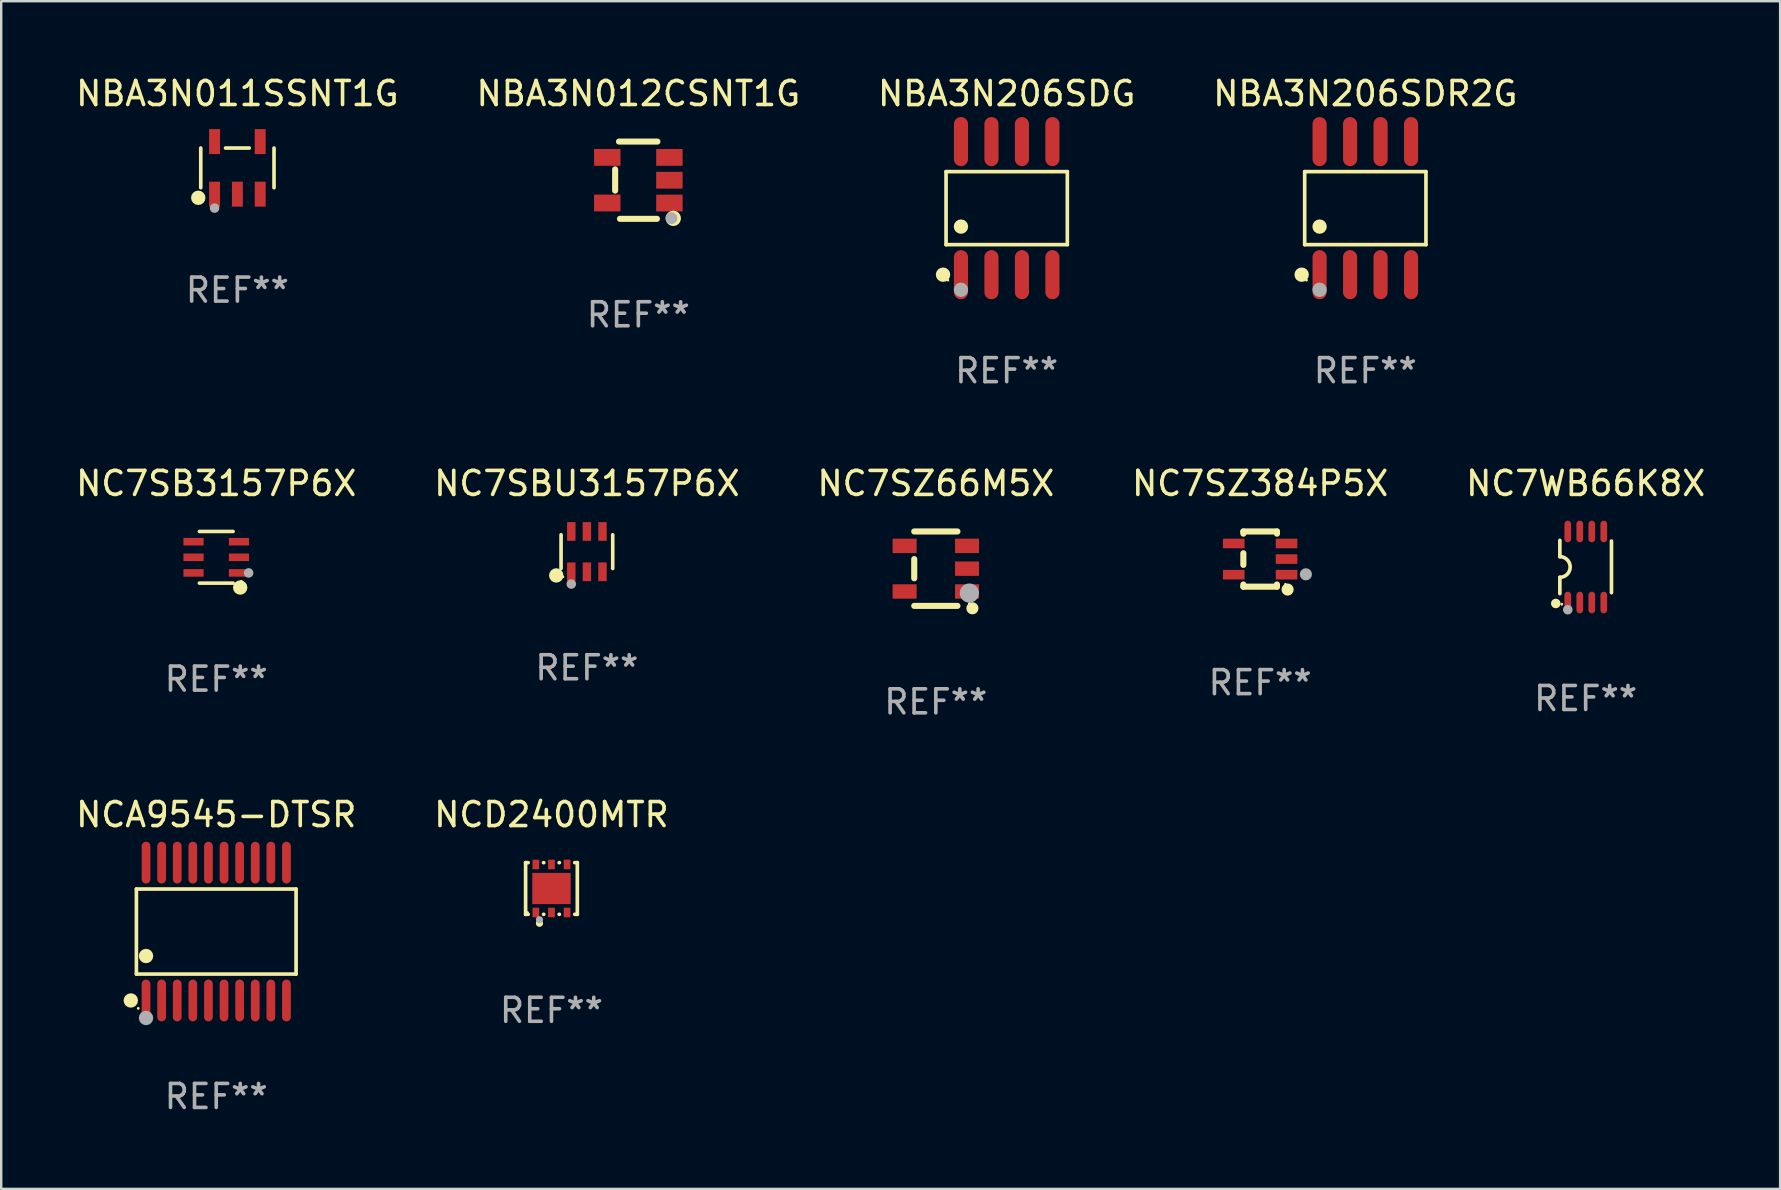
<source format=kicad_pcb>
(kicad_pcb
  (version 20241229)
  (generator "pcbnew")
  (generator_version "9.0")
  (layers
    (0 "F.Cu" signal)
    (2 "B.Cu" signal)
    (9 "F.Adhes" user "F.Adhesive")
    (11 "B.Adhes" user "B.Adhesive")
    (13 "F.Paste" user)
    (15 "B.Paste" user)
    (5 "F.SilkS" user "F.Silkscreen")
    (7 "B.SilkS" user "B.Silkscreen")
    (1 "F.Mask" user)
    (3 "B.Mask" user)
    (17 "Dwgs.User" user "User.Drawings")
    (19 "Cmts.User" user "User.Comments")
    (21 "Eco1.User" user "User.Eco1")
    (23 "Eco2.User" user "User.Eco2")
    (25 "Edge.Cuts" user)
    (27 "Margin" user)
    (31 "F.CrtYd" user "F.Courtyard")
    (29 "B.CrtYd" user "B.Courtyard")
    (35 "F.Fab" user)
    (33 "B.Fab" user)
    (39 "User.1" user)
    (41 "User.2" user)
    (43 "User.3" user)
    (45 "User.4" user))
  (footprint "NC7SBU3157P6X"
    (layer "F.Cu")
    (at 21.399 19.93)
    (property "Reference" "NC7SBU3157P6X" (at 0 -2.84 0) (layer "F.SilkS") (effects (font (size 1 1) (thickness 0.15))))
    (attr through_hole)
    (fp_line (start -1.076 0.701) (end -1.076 -0.701) (stroke (width 0.152) (type solid)) (layer "F.SilkS"))
    (fp_line (start 1.076 0.701) (end 1.076 -0.701) (stroke (width 0.152) (type solid)) (layer "F.SilkS"))
    (fp_circle (center -1.277 0.992) (end -1.127 0.992) (stroke (width 0.3) (type solid)) (fill no) (layer "F.SilkS"))
    (fp_circle (center -1 1.05) (end -0.97 1.05) (stroke (width 0.06) (type solid)) (fill no) (layer "F.SilkS"))
    (fp_circle (center -0.65 1.35) (end -0.55 1.35) (stroke (width 0.2) (type solid)) (fill no) (layer "F.Fab"))
    (fp_text user "REF**" (at 0 4.84 0) (layer "F.Fab") (effects (font (size 1 1) (thickness 0.15))))
    (pad "1" smd rect (at -0.65 0.84) (size 0.35 0.78) (layers "F.Cu" "F.Mask" "F.Paste"))
    (pad "2" smd rect (at 0 0.84) (size 0.35 0.78) (layers "F.Cu" "F.Mask" "F.Paste"))
    (pad "3" smd rect (at 0.65 0.84) (size 0.35 0.78) (layers "F.Cu" "F.Mask" "F.Paste"))
    (pad "4" smd rect (at 0.65 -0.84) (size 0.35 0.78) (layers "F.Cu" "F.Mask" "F.Paste"))
    (pad "5" smd rect (at 0 -0.84) (size 0.35 0.78) (layers "F.Cu" "F.Mask" "F.Paste"))
    (pad "6" smd rect (at -0.65 -0.84) (size 0.35 0.78) (layers "F.Cu" "F.Mask" "F.Paste")))
  (footprint "NBA3N012CSNT1G"
    (layer "F.Cu")
    (at 23.542 4.457)
    (property "Reference" "NBA3N012CSNT1G" (at 0 -3.609 0) (layer "F.SilkS") (effects (font (size 1 1) (thickness 0.15))))
    (attr through_hole)
    (fp_line (start -0.966 0.433) (end -0.966 -0.451) (stroke (width 0.254) (type solid)) (layer "F.SilkS"))
    (fp_line (start -0.806 -1.609) (end 0.794 -1.609) (stroke (width 0.254) (type solid)) (layer "F.SilkS"))
    (fp_line (start -0.766 1.609) (end 0.774 1.609) (stroke (width 0.254) (type solid)) (layer "F.SilkS"))
    (fp_circle (center 1.4 1.45) (end 1.43 1.45) (stroke (width 0.06) (type solid)) (fill no) (layer "F.SilkS"))
    (fp_circle (center 1.456 1.589) (end 1.52 1.589) (stroke (width 0.254) (type solid)) (fill no) (layer "F.SilkS"))
    (fp_circle (center 1.38 1.58) (end 1.505 1.58) (stroke (width 0.25) (type solid)) (fill no) (layer "F.Fab"))
    (fp_text user "REF**" (at 0 5.609 0) (layer "F.Fab") (effects (font (size 1 1) (thickness 0.15))))
    (pad "1" smd rect (at 1.294 0.951) (size 1.1 0.7) (layers "F.Cu" "F.Mask" "F.Paste"))
    (pad "2" smd rect (at 1.294 0.001) (size 1.1 0.7) (layers "F.Cu" "F.Mask" "F.Paste"))
    (pad "3" smd rect (at 1.294 -0.951) (size 1.1 0.7) (layers "F.Cu" "F.Mask" "F.Paste"))
    (pad "4" smd rect (at -1.294 -0.951 180) (size 1.1 0.7) (layers "F.Cu" "F.Mask" "F.Paste"))
    (pad "5" smd rect (at -1.294 0.949 180) (size 1.1 0.7) (layers "F.Cu" "F.Mask" "F.Paste")))
  (footprint "NC7SZ384P5X"
    (layer "F.Cu")
    (at 49.446 20.24)
    (property "Reference" "NC7SZ384P5X" (at 0 -3.15 0) (layer "F.SilkS") (effects (font (size 1 1) (thickness 0.15))))
    (attr through_hole)
    (fp_line (start -0.7 -1.15) (end 0.7 -1.15) (stroke (width 0.254) (type solid)) (layer "F.SilkS"))
    (fp_line (start -0.7 -1.058) (end -0.7 -1.15) (stroke (width 0.254) (type solid)) (layer "F.SilkS"))
    (fp_line (start -0.7 0.242) (end -0.7 -0.242) (stroke (width 0.254) (type solid)) (layer "F.SilkS"))
    (fp_line (start -0.7 1.15) (end -0.7 1.058) (stroke (width 0.254) (type solid)) (layer "F.SilkS"))
    (fp_line (start -0.7 1.15) (end 0.7 1.15) (stroke (width 0.254) (type solid)) (layer "F.SilkS"))
    (fp_line (start 0.7 -1.058) (end 0.7 -1.15) (stroke (width 0.254) (type solid)) (layer "F.SilkS"))
    (fp_line (start 0.7 1.15) (end 0.7 1.058) (stroke (width 0.254) (type solid)) (layer "F.SilkS"))
    (fp_circle (center 1.053 1.052) (end 1.083 1.052) (stroke (width 0.06) (type solid)) (fill no) (layer "F.SilkS"))
    (fp_circle (center 1.143 1.27) (end 1.27 1.27) (stroke (width 0.254) (type solid)) (fill no) (layer "F.SilkS"))
    (fp_circle (center 1.905 0.635) (end 2.032 0.635) (stroke (width 0.254) (type solid)) (fill no) (layer "F.Fab"))
    (fp_text user "REF**" (at 0 5.15 0) (layer "F.Fab") (effects (font (size 1 1) (thickness 0.15))))
    (pad "1" smd rect (at 1.1 0.65 90) (size 0.4 0.9) (layers "F.Cu" "F.Mask" "F.Paste"))
    (pad "2" smd rect (at 1.1 0.000076 90) (size 0.4 0.9) (layers "F.Cu" "F.Mask" "F.Paste"))
    (pad "3" smd rect (at 1.1 -0.65 90) (size 0.4 0.9) (layers "F.Cu" "F.Mask" "F.Paste"))
    (pad "4" smd rect (at -1.1 -0.65 90) (size 0.4 0.9) (layers "F.Cu" "F.Mask" "F.Paste"))
    (pad "5" smd rect (at -1.1 0.65 90) (size 0.4 0.9) (layers "F.Cu" "F.Mask" "F.Paste")))
  (footprint "NC7WB66K8X"
    (layer "F.Cu")
    (at 63.006 20.57)
    (property "Reference" "NC7WB66K8X" (at 0 -3.48 0) (layer "F.SilkS") (effects (font (size 1 1) (thickness 0.15))))
    (attr through_hole)
    (fp_line (start -1.075 -1.11) (end -1.075 -0.43) (stroke (width 0.152) (type solid)) (layer "F.SilkS"))
    (fp_line (start -1.075 1.11) (end -1.075 0.43) (stroke (width 0.152) (type solid)) (layer "F.SilkS"))
    (fp_line (start 1.075 -1.08) (end 1.075 1.07) (stroke (width 0.152) (type solid)) (layer "F.SilkS"))
    (fp_arc (start -1.075272 -0.430531) (mid -0.645021 -0.000431) (end -1.074994 0.429947) (stroke (width 0.151994) (type solid)) (layer "F.SilkS"))
    (fp_circle (center -1.245 1.52) (end -1.145 1.52) (stroke (width 0.2) (type solid)) (fill no) (layer "F.SilkS"))
    (fp_circle (center -0.995 1.55) (end -0.965 1.55) (stroke (width 0.06) (type solid)) (fill no) (layer "F.SilkS"))
    (fp_circle (center -0.745 1.78) (end -0.645 1.78) (stroke (width 0.2) (type solid)) (fill no) (layer "F.Fab"))
    (fp_text user "REF**" (at 0 5.48 0) (layer "F.Fab") (effects (font (size 1 1) (thickness 0.15))))
    (pad "1" smd oval (at -0.745 1.48) (size 0.28 0.9) (layers "F.Cu" "F.Mask" "F.Paste"))
    (pad "2" smd oval (at -0.245 1.48) (size 0.28 0.9) (layers "F.Cu" "F.Mask" "F.Paste"))
    (pad "3" smd oval (at 0.255 1.48) (size 0.28 0.9) (layers "F.Cu" "F.Mask" "F.Paste"))
    (pad "4" smd oval (at 0.755 1.48) (size 0.28 0.9) (layers "F.Cu" "F.Mask" "F.Paste"))
    (pad "5" smd oval (at 0.755 -1.48) (size 0.28 0.9) (layers "F.Cu" "F.Mask" "F.Paste"))
    (pad "6" smd oval (at 0.255 -1.48) (size 0.28 0.9) (layers "F.Cu" "F.Mask" "F.Paste"))
    (pad "7" smd oval (at -0.245 -1.48) (size 0.28 0.9) (layers "F.Cu" "F.Mask" "F.Paste"))
    (pad "8" smd oval (at -0.745 -1.48) (size 0.28 0.9) (layers "F.Cu" "F.Mask" "F.Paste")))
  (footprint "NC7SB3157P6X"
    (layer "F.Cu")
    (at 5.958 20.166)
    (property "Reference" "NC7SB3157P6X" (at 0 -3.076 0) (layer "F.SilkS") (effects (font (size 1 1) (thickness 0.15))))
    (attr through_hole)
    (fp_line (start 0.701 -1.076) (end -0.701 -1.076) (stroke (width 0.152) (type solid)) (layer "F.SilkS"))
    (fp_line (start 0.701 1.076) (end -0.701 1.076) (stroke (width 0.152) (type solid)) (layer "F.SilkS"))
    (fp_circle (center 0.998 1.26) (end 1.148 1.26) (stroke (width 0.3) (type solid)) (fill no) (layer "F.SilkS"))
    (fp_circle (center 1.05 1) (end 1.08 1) (stroke (width 0.06) (type solid)) (fill no) (layer "F.SilkS"))
    (fp_circle (center 1.35 0.65) (end 1.45 0.65) (stroke (width 0.2) (type solid)) (fill no) (layer "F.Fab"))
    (fp_text user "REF**" (at 0 5.076 0) (layer "F.Fab") (effects (font (size 1 1) (thickness 0.15))))
    (pad "1" smd rect (at 0.946 0.65) (size 0.841 0.315) (layers "F.Cu" "F.Mask" "F.Paste"))
    (pad "2" smd rect (at 0.946 0) (size 0.841 0.315) (layers "F.Cu" "F.Mask" "F.Paste"))
    (pad "3" smd rect (at 0.946 -0.65) (size 0.841 0.315) (layers "F.Cu" "F.Mask" "F.Paste"))
    (pad "4" smd rect (at -0.946 -0.65) (size 0.841 0.315) (layers "F.Cu" "F.Mask" "F.Paste"))
    (pad "5" smd rect (at -0.946 0) (size 0.841 0.315) (layers "F.Cu" "F.Mask" "F.Paste"))
    (pad "6" smd rect (at -0.946 0.65) (size 0.841 0.315) (layers "F.Cu" "F.Mask" "F.Paste")))
  (footprint "NCA9545-DTSR"
    (layer "F.Cu")
    (at 5.958 35.757)
    (property "Reference" "NCA9545-DTSR" (at 0 -4.871 0) (layer "F.SilkS") (effects (font (size 1 1) (thickness 0.15))))
    (attr through_hole)
    (fp_line (start -3.326 -1.771) (end 3.326 -1.771) (stroke (width 0.152) (type solid)) (layer "F.SilkS"))
    (fp_line (start -3.326 1.771) (end -3.326 -1.771) (stroke (width 0.152) (type solid)) (layer "F.SilkS"))
    (fp_line (start 3.326 -1.771) (end 3.326 1.771) (stroke (width 0.152) (type solid)) (layer "F.SilkS"))
    (fp_line (start 3.326 1.771) (end -3.326 1.771) (stroke (width 0.152) (type solid)) (layer "F.SilkS"))
    (fp_circle (center -3.559 2.871) (end -3.409 2.871) (stroke (width 0.3) (type solid)) (fill no) (layer "F.SilkS"))
    (fp_circle (center -3.25 3.2) (end -3.22 3.2) (stroke (width 0.06) (type solid)) (fill no) (layer "F.SilkS"))
    (fp_circle (center -2.925 1.019) (end -2.775 1.019) (stroke (width 0.3) (type solid)) (fill no) (layer "F.SilkS"))
    (fp_circle (center -2.925 3.6) (end -2.775 3.6) (stroke (width 0.3) (type solid)) (fill no) (layer "F.Fab"))
    (fp_text user "REF**" (at 0 6.871 0) (layer "F.Fab") (effects (font (size 1 1) (thickness 0.15))))
    (pad "1" smd oval (at -2.925 2.871) (size 0.364 1.742) (layers "F.Cu" "F.Mask" "F.Paste"))
    (pad "2" smd oval (at -2.275 2.871) (size 0.364 1.742) (layers "F.Cu" "F.Mask" "F.Paste"))
    (pad "3" smd oval (at -1.625 2.871) (size 0.364 1.742) (layers "F.Cu" "F.Mask" "F.Paste"))
    (pad "4" smd oval (at -0.975 2.871) (size 0.364 1.742) (layers "F.Cu" "F.Mask" "F.Paste"))
    (pad "5" smd oval (at -0.325 2.871) (size 0.364 1.742) (layers "F.Cu" "F.Mask" "F.Paste"))
    (pad "6" smd oval (at 0.325 2.871) (size 0.364 1.742) (layers "F.Cu" "F.Mask" "F.Paste"))
    (pad "7" smd oval (at 0.975 2.871) (size 0.364 1.742) (layers "F.Cu" "F.Mask" "F.Paste"))
    (pad "8" smd oval (at 1.625 2.871) (size 0.364 1.742) (layers "F.Cu" "F.Mask" "F.Paste"))
    (pad "9" smd oval (at 2.275 2.871) (size 0.364 1.742) (layers "F.Cu" "F.Mask" "F.Paste"))
    (pad "10" smd oval (at 2.925 2.871) (size 0.364 1.742) (layers "F.Cu" "F.Mask" "F.Paste"))
    (pad "11" smd oval (at 2.925 -2.871) (size 0.364 1.742) (layers "F.Cu" "F.Mask" "F.Paste"))
    (pad "12" smd oval (at 2.275 -2.871) (size 0.364 1.742) (layers "F.Cu" "F.Mask" "F.Paste"))
    (pad "13" smd oval (at 1.625 -2.871) (size 0.364 1.742) (layers "F.Cu" "F.Mask" "F.Paste"))
    (pad "14" smd oval (at 0.975 -2.871) (size 0.364 1.742) (layers "F.Cu" "F.Mask" "F.Paste"))
    (pad "15" smd oval (at 0.325 -2.871) (size 0.364 1.742) (layers "F.Cu" "F.Mask" "F.Paste"))
    (pad "16" smd oval (at -0.325 -2.871) (size 0.364 1.742) (layers "F.Cu" "F.Mask" "F.Paste"))
    (pad "17" smd oval (at -0.975 -2.871) (size 0.364 1.742) (layers "F.Cu" "F.Mask" "F.Paste"))
    (pad "18" smd oval (at -1.625 -2.871) (size 0.364 1.742) (layers "F.Cu" "F.Mask" "F.Paste"))
    (pad "19" smd oval (at -2.275 -2.871) (size 0.364 1.742) (layers "F.Cu" "F.Mask" "F.Paste"))
    (pad "20" smd oval (at -2.925 -2.871) (size 0.364 1.742) (layers "F.Cu" "F.Mask" "F.Paste")))
  (footprint "NBA3N011SSNT1G"
    (layer "F.Cu")
    (at 6.839 3.943)
    (property "Reference" "NBA3N011SSNT1G" (at 0 -3.095 0) (layer "F.SilkS") (effects (font (size 1 1) (thickness 0.15))))
    (attr through_hole)
    (fp_line (start -1.526 0.826) (end -1.526 -0.826) (stroke (width 0.152) (type solid)) (layer "F.SilkS"))
    (fp_line (start 0.494 -0.826) (end -0.494 -0.826) (stroke (width 0.152) (type solid)) (layer "F.SilkS"))
    (fp_line (start 1.526 0.826) (end 1.526 -0.826) (stroke (width 0.152) (type solid)) (layer "F.SilkS"))
    (fp_circle (center -1.63 1.247) (end -1.48 1.247) (stroke (width 0.3) (type solid)) (fill no) (layer "F.SilkS"))
    (fp_circle (center -1.45 1.375) (end -1.42 1.375) (stroke (width 0.06) (type solid)) (fill no) (layer "F.SilkS"))
    (fp_circle (center -0.95 1.675) (end -0.85 1.675) (stroke (width 0.2) (type solid)) (fill no) (layer "F.Fab"))
    (fp_text user "REF**" (at 0 5.095 0) (layer "F.Fab") (effects (font (size 1 1) (thickness 0.15))))
    (pad "1" smd rect (at -0.95 1.095) (size 0.455 1.04) (layers "F.Cu" "F.Mask" "F.Paste"))
    (pad "2" smd rect (at 0 1.095) (size 0.455 1.04) (layers "F.Cu" "F.Mask" "F.Paste"))
    (pad "3" smd rect (at 0.95 1.095) (size 0.455 1.04) (layers "F.Cu" "F.Mask" "F.Paste"))
    (pad "4" smd rect (at 0.95 -1.095) (size 0.455 1.04) (layers "F.Cu" "F.Mask" "F.Paste"))
    (pad "5" smd rect (at -0.95 -1.095) (size 0.455 1.04) (layers "F.Cu" "F.Mask" "F.Paste")))
  (footprint "NBA3N206SDR2G"
    (layer "F.Cu")
    (at 53.827 5.621)
    (property "Reference" "NBA3N206SDR2G" (at 0 -4.772 0) (layer "F.SilkS") (effects (font (size 1 1) (thickness 0.15))))
    (attr through_hole)
    (fp_line (start -2.526 -1.521) (end 2.526 -1.521) (stroke (width 0.152) (type solid)) (layer "F.SilkS"))
    (fp_line (start -2.526 1.521) (end -2.526 -1.521) (stroke (width 0.152) (type solid)) (layer "F.SilkS"))
    (fp_line (start 2.526 -1.521) (end 2.526 1.521) (stroke (width 0.152) (type solid)) (layer "F.SilkS"))
    (fp_line (start 2.526 1.521) (end -2.526 1.521) (stroke (width 0.152) (type solid)) (layer "F.SilkS"))
    (fp_circle (center -2.652 2.772) (end -2.501 2.772) (stroke (width 0.3) (type solid)) (fill no) (layer "F.SilkS"))
    (fp_circle (center -2.45 3) (end -2.42 3) (stroke (width 0.06) (type solid)) (fill no) (layer "F.SilkS"))
    (fp_circle (center -1.905 0.769) (end -1.755 0.769) (stroke (width 0.3) (type solid)) (fill no) (layer "F.SilkS"))
    (fp_circle (center -1.905 3.4) (end -1.755 3.4) (stroke (width 0.3) (type solid)) (fill no) (layer "F.Fab"))
    (fp_text user "REF**" (at 0 6.772 0) (layer "F.Fab") (effects (font (size 1 1) (thickness 0.15))))
    (pad "1" smd oval (at -1.905 2.772) (size 0.588 2.045) (layers "F.Cu" "F.Mask" "F.Paste"))
    (pad "2" smd oval (at -0.635 2.772) (size 0.588 2.045) (layers "F.Cu" "F.Mask" "F.Paste"))
    (pad "3" smd oval (at 0.635 2.772) (size 0.588 2.045) (layers "F.Cu" "F.Mask" "F.Paste"))
    (pad "4" smd oval (at 1.905 2.772) (size 0.588 2.045) (layers "F.Cu" "F.Mask" "F.Paste"))
    (pad "5" smd oval (at 1.905 -2.772) (size 0.588 2.045) (layers "F.Cu" "F.Mask" "F.Paste"))
    (pad "6" smd oval (at 0.635 -2.772) (size 0.588 2.045) (layers "F.Cu" "F.Mask" "F.Paste"))
    (pad "7" smd oval (at -0.635 -2.772) (size 0.588 2.045) (layers "F.Cu" "F.Mask" "F.Paste"))
    (pad "8" smd oval (at -1.905 -2.772) (size 0.588 2.045) (layers "F.Cu" "F.Mask" "F.Paste")))
  (footprint "NC7SZ66M5X"
    (layer "F.Cu")
    (at 35.935 20.64)
    (property "Reference" "NC7SZ66M5X" (at 0 -3.55 0) (layer "F.SilkS") (effects (font (size 1 1) (thickness 0.15))))
    (attr through_hole)
    (fp_line (start -0.9 -1.55) (end 0.9 -1.55) (stroke (width 0.254) (type solid)) (layer "F.SilkS"))
    (fp_line (start -0.9 0.4) (end -0.9 -0.4) (stroke (width 0.254) (type solid)) (layer "F.SilkS"))
    (fp_line (start -0.9 1.55) (end 0.9 1.55) (stroke (width 0.254) (type solid)) (layer "F.SilkS"))
    (fp_circle (center 1.4 1.45) (end 1.43 1.45) (stroke (width 0.06) (type solid)) (fill no) (layer "F.SilkS"))
    (fp_circle (center 1.524 1.651) (end 1.651 1.651) (stroke (width 0.254) (type solid)) (fill no) (layer "F.SilkS"))
    (fp_circle (center 1.397 1.016) (end 1.597 1.016) (stroke (width 0.4) (type solid)) (fill no) (layer "F.Fab"))
    (fp_text user "REF**" (at 0 5.55 0) (layer "F.Fab") (effects (font (size 1 1) (thickness 0.15))))
    (pad "1" smd rect (at 1.3 0.95) (size 1 0.6) (layers "F.Cu" "F.Mask" "F.Paste"))
    (pad "2" smd rect (at 1.3 -0.000051) (size 1 0.6) (layers "F.Cu" "F.Mask" "F.Paste"))
    (pad "3" smd rect (at 1.3 -0.95) (size 1 0.6) (layers "F.Cu" "F.Mask" "F.Paste"))
    (pad "4" smd rect (at -1.3 -0.95) (size 1 0.6) (layers "F.Cu" "F.Mask" "F.Paste"))
    (pad "5" smd rect (at -1.3 0.95) (size 1 0.6) (layers "F.Cu" "F.Mask" "F.Paste")))
  (footprint "NCD2400MTR"
    (layer "F.Cu")
    (at 19.923 33.963)
    (property "Reference" "NCD2400MTR" (at 0 -3.077 0) (layer "F.SilkS") (effects (font (size 1 1) (thickness 0.15))))
    (attr through_hole)
    (fp_line (start -1.077 -1.076) (end -0.971 -1.076) (stroke (width 0.152) (type solid)) (layer "F.SilkS"))
    (fp_line (start -1.077 1.076) (end -1.077 -1.076) (stroke (width 0.152) (type solid)) (layer "F.SilkS"))
    (fp_line (start -1.077 1.076) (end -0.971 1.076) (stroke (width 0.152) (type solid)) (layer "F.SilkS"))
    (fp_line (start -0.33 -1.076) (end -0.321 -1.076) (stroke (width 0.152) (type solid)) (layer "F.SilkS"))
    (fp_line (start -0.33 1.076) (end -0.32 1.076) (stroke (width 0.152) (type solid)) (layer "F.SilkS"))
    (fp_line (start 0.32 -1.076) (end 0.329 -1.076) (stroke (width 0.152) (type solid)) (layer "F.SilkS"))
    (fp_line (start 0.32 1.076) (end 0.329 1.076) (stroke (width 0.152) (type solid)) (layer "F.SilkS"))
    (fp_line (start 0.97 -1.076) (end 1.077 -1.076) (stroke (width 0.152) (type solid)) (layer "F.SilkS"))
    (fp_line (start 0.97 1.076) (end 1.077 1.076) (stroke (width 0.152) (type solid)) (layer "F.SilkS"))
    (fp_line (start 1.077 1.077) (end 1.077 -1.077) (stroke (width 0.152) (type solid)) (layer "F.SilkS"))
    (fp_circle (center -1 1) (end -0.97 1) (stroke (width 0.06) (type solid)) (fill no) (layer "F.SilkS"))
    (fp_circle (center -0.5 1.45) (end -0.425 1.45) (stroke (width 0.15) (type solid)) (fill no) (layer "F.SilkS"))
    (fp_circle (center -0.5 1.3) (end -0.425 1.3) (stroke (width 0.15) (type solid)) (fill no) (layer "F.Fab"))
    (fp_text user "REF**" (at 0 5.077 0) (layer "F.Fab") (effects (font (size 1 1) (thickness 0.15))))
    (pad "1" smd rect (at -0.65 1) (size 0.28 0.4) (layers "F.Cu" "F.Mask" "F.Paste"))
    (pad "2" smd rect (at -0.000127 1) (size 0.28 0.4) (layers "F.Cu" "F.Mask" "F.Paste"))
    (pad "3" smd rect (at 0.65 1) (size 0.28 0.4) (layers "F.Cu" "F.Mask" "F.Paste"))
    (pad "4" smd rect (at 0.65 -1) (size 0.28 0.4) (layers "F.Cu" "F.Mask" "F.Paste"))
    (pad "5" smd rect (at -0.000381 -1) (size 0.28 0.4) (layers "F.Cu" "F.Mask" "F.Paste"))
    (pad "6" smd rect (at -0.65 -1) (size 0.28 0.4) (layers "F.Cu" "F.Mask" "F.Paste"))
    (pad "7" smd rect (at -0.000127 0) (size 1.6 1.3) (layers "F.Cu" "F.Mask" "F.Paste")))
  (footprint "NBA3N206SDG"
    (layer "F.Cu")
    (at 38.887 5.621)
    (property "Reference" "NBA3N206SDG" (at 0 -4.772 0) (layer "F.SilkS") (effects (font (size 1 1) (thickness 0.15))))
    (attr through_hole)
    (fp_line (start -2.526 -1.521) (end 2.526 -1.521) (stroke (width 0.152) (type solid)) (layer "F.SilkS"))
    (fp_line (start -2.526 1.521) (end -2.526 -1.521) (stroke (width 0.152) (type solid)) (layer "F.SilkS"))
    (fp_line (start 2.526 -1.521) (end 2.526 1.521) (stroke (width 0.152) (type solid)) (layer "F.SilkS"))
    (fp_line (start 2.526 1.521) (end -2.526 1.521) (stroke (width 0.152) (type solid)) (layer "F.SilkS"))
    (fp_circle (center -2.652 2.772) (end -2.501 2.772) (stroke (width 0.3) (type solid)) (fill no) (layer "F.SilkS"))
    (fp_circle (center -2.45 3) (end -2.42 3) (stroke (width 0.06) (type solid)) (fill no) (layer "F.SilkS"))
    (fp_circle (center -1.905 0.769) (end -1.755 0.769) (stroke (width 0.3) (type solid)) (fill no) (layer "F.SilkS"))
    (fp_circle (center -1.905 3.4) (end -1.755 3.4) (stroke (width 0.3) (type solid)) (fill no) (layer "F.Fab"))
    (fp_text user "REF**" (at 0 6.772 0) (layer "F.Fab") (effects (font (size 1 1) (thickness 0.15))))
    (pad "1" smd oval (at -1.905 2.772) (size 0.588 2.045) (layers "F.Cu" "F.Mask" "F.Paste"))
    (pad "2" smd oval (at -0.635 2.772) (size 0.588 2.045) (layers "F.Cu" "F.Mask" "F.Paste"))
    (pad "3" smd oval (at 0.635 2.772) (size 0.588 2.045) (layers "F.Cu" "F.Mask" "F.Paste"))
    (pad "4" smd oval (at 1.905 2.772) (size 0.588 2.045) (layers "F.Cu" "F.Mask" "F.Paste"))
    (pad "5" smd oval (at 1.905 -2.772) (size 0.588 2.045) (layers "F.Cu" "F.Mask" "F.Paste"))
    (pad "6" smd oval (at 0.635 -2.772) (size 0.588 2.045) (layers "F.Cu" "F.Mask" "F.Paste"))
    (pad "7" smd oval (at -0.635 -2.772) (size 0.588 2.045) (layers "F.Cu" "F.Mask" "F.Paste"))
    (pad "8" smd oval (at -1.905 -2.772) (size 0.588 2.045) (layers "F.Cu" "F.Mask" "F.Paste")))
  (gr_rect
    (start -3 -3)
    (end 71.107 46.476)
    (stroke (width 0.1) (type default))
    (fill no)
    (layer "Edge.Cuts")))
</source>
